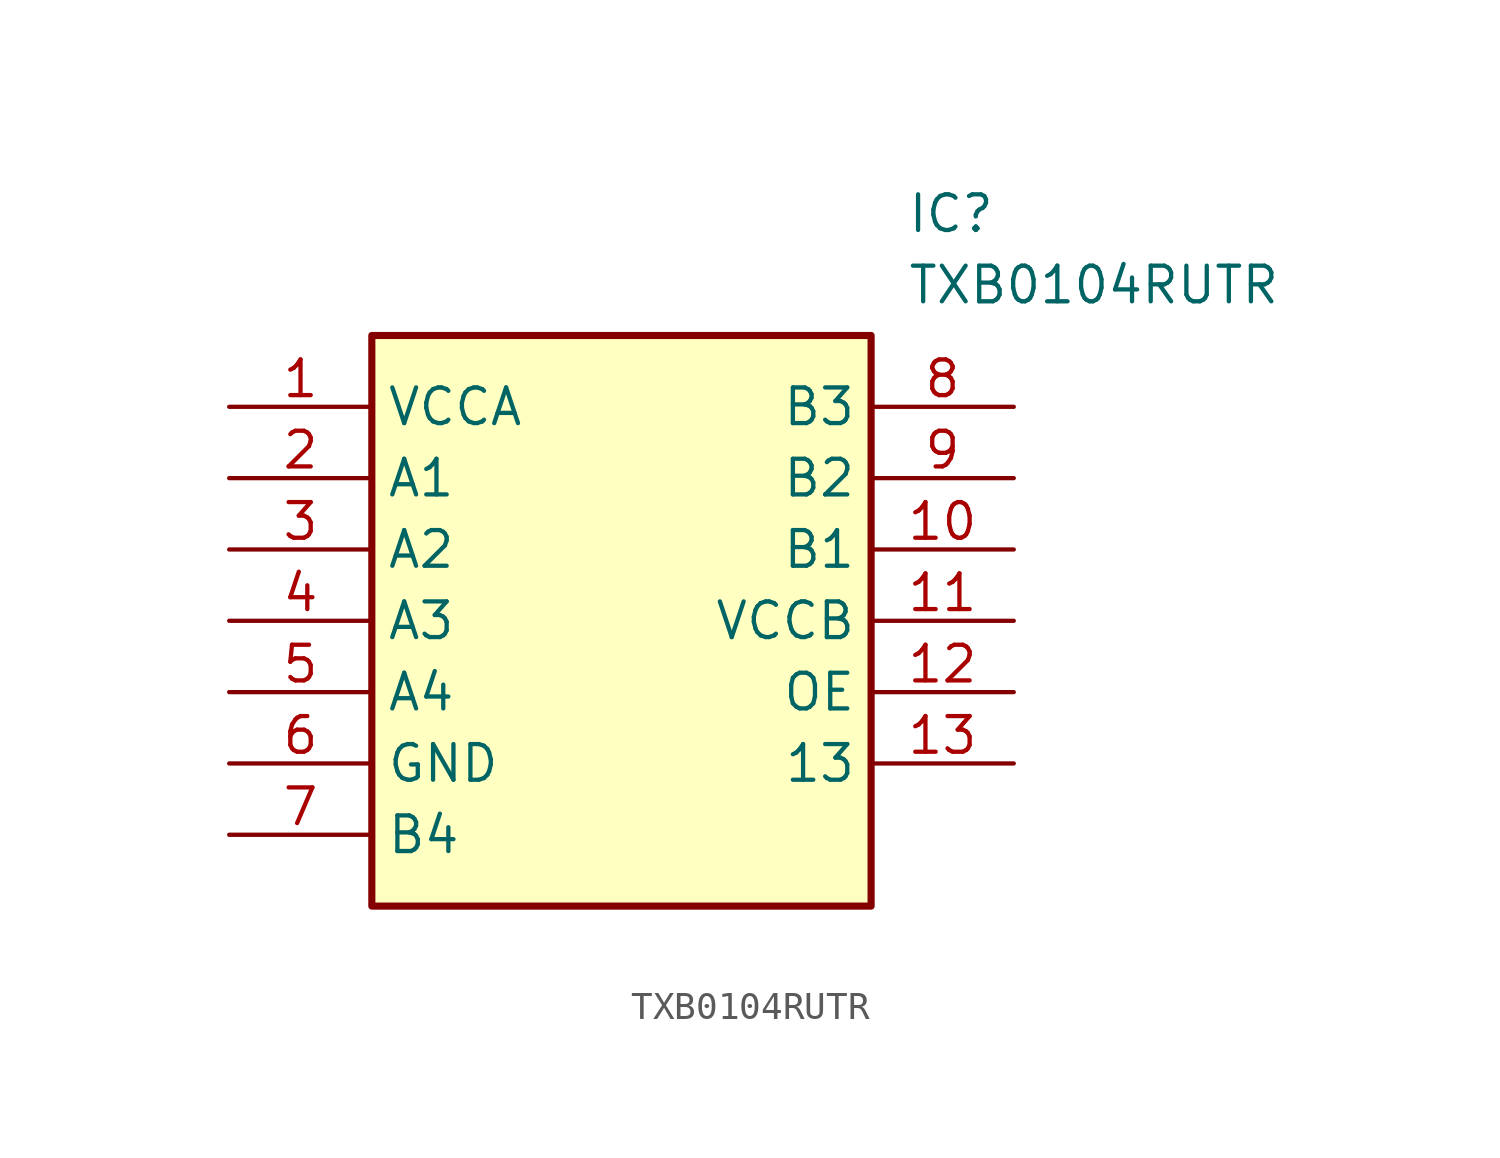
<source format=kicad_sym>
(kicad_symbol_lib
  (version 20211014)
  (generator SamacSys_ECAD_Model)
  (symbol "TXB0104RUTR"
    (property "Reference" "IC"
      (at 24.13 7.62 0)
      (effects (font (size 1.27 1.27)) (justify left top)))
    (property "Value" "TXB0104RUTR"
      (at 24.13 5.08 0)
      (effects (font (size 1.27 1.27)) (justify left top)))
    (rectangle
      (start 5.08 2.54)
      (end 22.86 -17.78)
      (stroke (width 0.254) (type default))
      (fill (type background)))
    (pin passive line
      (at 0 0 0)
      (length 5.08)
      (name "VCCA" (effects (font (size 1.27 1.27))))
      (number "1" (effects (font (size 1.27 1.27)))))
    (pin passive line
      (at 0 -2.54 0)
      (length 5.08)
      (name "A1" (effects (font (size 1.27 1.27))))
      (number "2" (effects (font (size 1.27 1.27)))))
    (pin passive line
      (at 0 -5.08 0)
      (length 5.08)
      (name "A2" (effects (font (size 1.27 1.27))))
      (number "3" (effects (font (size 1.27 1.27)))))
    (pin passive line
      (at 0 -7.62 0)
      (length 5.08)
      (name "A3" (effects (font (size 1.27 1.27))))
      (number "4" (effects (font (size 1.27 1.27)))))
    (pin passive line
      (at 0 -10.16 0)
      (length 5.08)
      (name "A4" (effects (font (size 1.27 1.27))))
      (number "5" (effects (font (size 1.27 1.27)))))
    (pin passive line
      (at 0 -12.7 0)
      (length 5.08)
      (name "GND" (effects (font (size 1.27 1.27))))
      (number "6" (effects (font (size 1.27 1.27)))))
    (pin passive line
      (at 0 -15.24 0)
      (length 5.08)
      (name "B4" (effects (font (size 1.27 1.27))))
      (number "7" (effects (font (size 1.27 1.27)))))
    (pin passive line
      (at 27.94 0 180)
      (length 5.08)
      (name "B3" (effects (font (size 1.27 1.27))))
      (number "8" (effects (font (size 1.27 1.27)))))
    (pin passive line
      (at 27.94 -2.54 180)
      (length 5.08)
      (name "B2" (effects (font (size 1.27 1.27))))
      (number "9" (effects (font (size 1.27 1.27)))))
    (pin passive line
      (at 27.94 -5.08 180)
      (length 5.08)
      (name "B1" (effects (font (size 1.27 1.27))))
      (number "10" (effects (font (size 1.27 1.27)))))
    (pin passive line
      (at 27.94 -7.62 180)
      (length 5.08)
      (name "VCCB" (effects (font (size 1.27 1.27))))
      (number "11" (effects (font (size 1.27 1.27)))))
    (pin passive line
      (at 27.94 -10.16 180)
      (length 5.08)
      (name "OE" (effects (font (size 1.27 1.27))))
      (number "12" (effects (font (size 1.27 1.27)))))
    (pin passive line
      (at 27.94 -12.7 180)
      (length 5.08)
      (name "13" (effects (font (size 1.27 1.27))))
      (number "13" (effects (font (size 1.27 1.27)))))))
</source>
